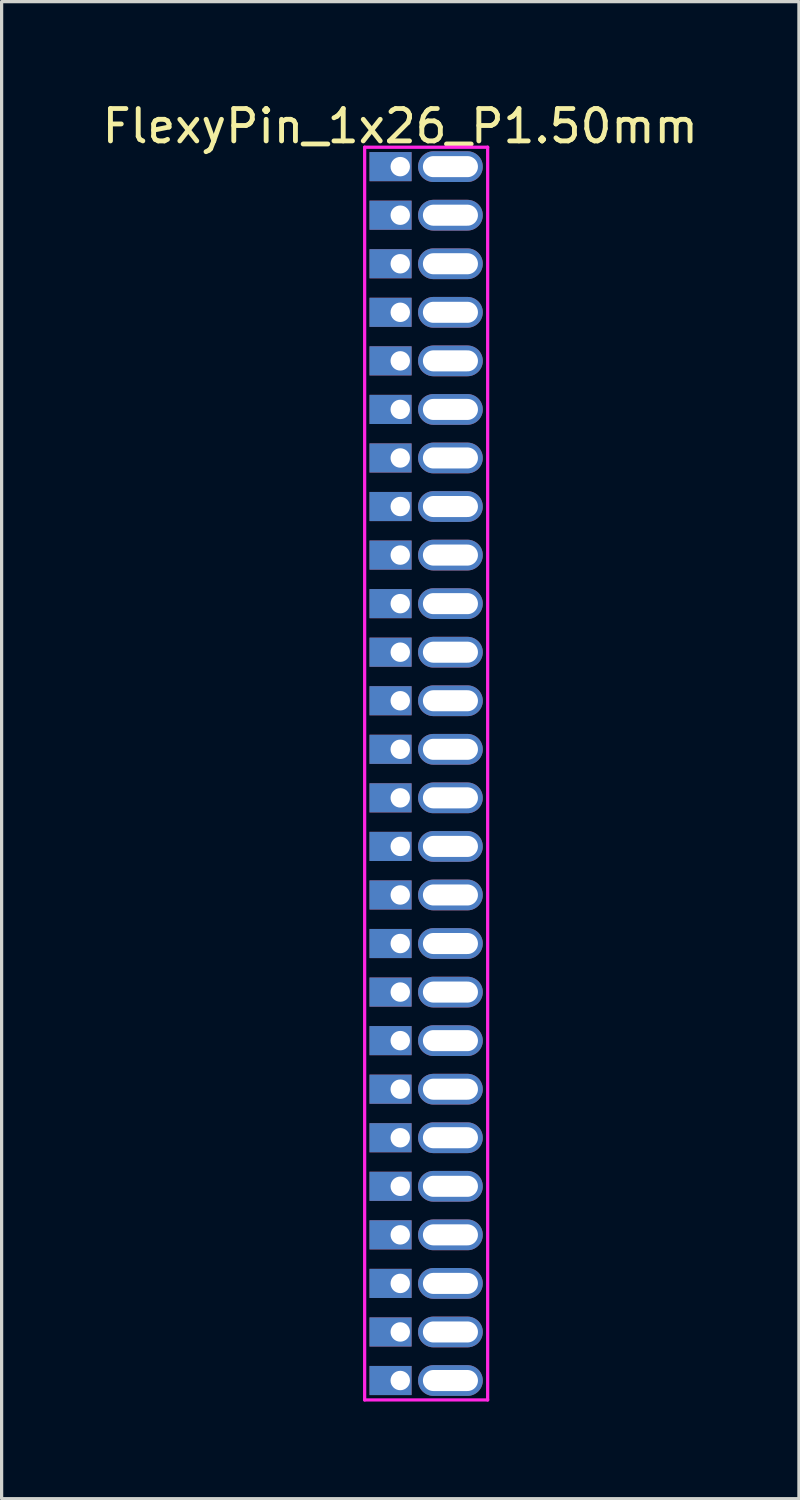
<source format=kicad_pcb>
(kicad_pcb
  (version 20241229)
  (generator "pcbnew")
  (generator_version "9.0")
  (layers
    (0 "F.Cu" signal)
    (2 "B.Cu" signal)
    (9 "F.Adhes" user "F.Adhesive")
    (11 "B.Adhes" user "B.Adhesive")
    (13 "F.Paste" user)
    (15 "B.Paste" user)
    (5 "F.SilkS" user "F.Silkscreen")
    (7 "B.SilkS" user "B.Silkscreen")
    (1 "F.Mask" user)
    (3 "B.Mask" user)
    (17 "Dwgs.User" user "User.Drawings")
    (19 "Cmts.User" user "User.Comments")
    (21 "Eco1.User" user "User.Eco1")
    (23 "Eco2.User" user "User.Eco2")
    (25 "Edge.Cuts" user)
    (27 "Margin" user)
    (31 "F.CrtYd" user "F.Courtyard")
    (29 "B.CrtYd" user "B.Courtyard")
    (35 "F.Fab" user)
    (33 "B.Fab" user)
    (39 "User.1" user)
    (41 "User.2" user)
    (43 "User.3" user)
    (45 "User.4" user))
  (footprint "FlexyPin_1x26_P1.50mm"
    (layer "F.Cu")
    (at 9.315 2.098)
    (property "Reference" "FlexyPin_1x26_P1.50mm" (at 0 -1.25 0) (layer "F.SilkS") (effects (font (size 1 1) (thickness 0.15))))
    (attr through_hole)
    (fp_line (start -1.1 -0.6) (end 2.7 -0.6) (stroke (width 0.1) (type solid)) (layer "F.CrtYd"))
    (fp_line (start -1.1 38.1) (end -1.1 -0.6) (stroke (width 0.1) (type solid)) (layer "F.CrtYd"))
    (fp_line (start 2.7 -0.6) (end 2.7 38.1) (stroke (width 0.1) (type solid)) (layer "F.CrtYd"))
    (fp_line (start 2.7 38.1) (end -1.1 38.1) (stroke (width 0.1) (type solid)) (layer "F.CrtYd"))
    (pad "" thru_hole oval (at 1.55 0) (size 2 0.95) (drill oval 1.7 0.65) (layers "*.Cu" "*.Mask"))
    (pad "" thru_hole oval (at 1.55 1.5) (size 2 0.95) (drill oval 1.7 0.65) (layers "*.Cu" "*.Mask"))
    (pad "" thru_hole oval (at 1.55 3) (size 2 0.95) (drill oval 1.7 0.65) (layers "*.Cu" "*.Mask"))
    (pad "" thru_hole oval (at 1.55 4.5) (size 2 0.95) (drill oval 1.7 0.65) (layers "*.Cu" "*.Mask"))
    (pad "" thru_hole oval (at 1.55 6) (size 2 0.95) (drill oval 1.7 0.65) (layers "*.Cu" "*.Mask"))
    (pad "" thru_hole oval (at 1.55 7.5) (size 2 0.95) (drill oval 1.7 0.65) (layers "*.Cu" "*.Mask"))
    (pad "" thru_hole oval (at 1.55 9) (size 2 0.95) (drill oval 1.7 0.65) (layers "*.Cu" "*.Mask"))
    (pad "" thru_hole oval (at 1.55 10.5) (size 2 0.95) (drill oval 1.7 0.65) (layers "*.Cu" "*.Mask"))
    (pad "" thru_hole oval (at 1.55 12) (size 2 0.95) (drill oval 1.7 0.65) (layers "*.Cu" "*.Mask"))
    (pad "" thru_hole oval (at 1.55 13.5) (size 2 0.95) (drill oval 1.7 0.65) (layers "*.Cu" "*.Mask"))
    (pad "" thru_hole oval (at 1.55 15) (size 2 0.95) (drill oval 1.7 0.65) (layers "*.Cu" "*.Mask"))
    (pad "" thru_hole oval (at 1.55 16.5) (size 2 0.95) (drill oval 1.7 0.65) (layers "*.Cu" "*.Mask"))
    (pad "" thru_hole oval (at 1.55 18) (size 2 0.95) (drill oval 1.7 0.65) (layers "*.Cu" "*.Mask"))
    (pad "" thru_hole oval (at 1.55 19.5) (size 2 0.95) (drill oval 1.7 0.65) (layers "*.Cu" "*.Mask"))
    (pad "" thru_hole oval (at 1.55 21) (size 2 0.95) (drill oval 1.7 0.65) (layers "*.Cu" "*.Mask"))
    (pad "" thru_hole oval (at 1.55 22.5) (size 2 0.95) (drill oval 1.7 0.65) (layers "*.Cu" "*.Mask"))
    (pad "" thru_hole oval (at 1.55 24) (size 2 0.95) (drill oval 1.7 0.65) (layers "*.Cu" "*.Mask"))
    (pad "" thru_hole oval (at 1.55 25.5) (size 2 0.95) (drill oval 1.7 0.65) (layers "*.Cu" "*.Mask"))
    (pad "" thru_hole oval (at 1.55 27) (size 2 0.95) (drill oval 1.7 0.65) (layers "*.Cu" "*.Mask"))
    (pad "" thru_hole oval (at 1.55 28.5) (size 2 0.95) (drill oval 1.7 0.65) (layers "*.Cu" "*.Mask"))
    (pad "" thru_hole oval (at 1.55 30) (size 2 0.95) (drill oval 1.7 0.65) (layers "*.Cu" "*.Mask"))
    (pad "" thru_hole oval (at 1.55 31.5) (size 2 0.95) (drill oval 1.7 0.65) (layers "*.Cu" "*.Mask"))
    (pad "" thru_hole oval (at 1.55 33) (size 2 0.95) (drill oval 1.7 0.65) (layers "*.Cu" "*.Mask"))
    (pad "" thru_hole oval (at 1.55 34.5) (size 2 0.95) (drill oval 1.7 0.65) (layers "*.Cu" "*.Mask"))
    (pad "" thru_hole oval (at 1.55 36) (size 2 0.95) (drill oval 1.7 0.65) (layers "*.Cu" "*.Mask"))
    (pad "" thru_hole oval (at 1.55 37.5) (size 2 0.95) (drill oval 1.7 0.65) (layers "*.Cu" "*.Mask"))
    (pad "1" thru_hole rect (at 0 0) (size 1.3 0.9) (drill 0.6 (offset -0.3 0)) (layers "*.Cu" "*.Mask"))
    (pad "2" thru_hole rect (at 0 1.5) (size 1.3 0.9) (drill 0.6 (offset -0.3 0)) (layers "*.Cu" "*.Mask"))
    (pad "3" thru_hole rect (at 0 3) (size 1.3 0.9) (drill 0.6 (offset -0.3 0)) (layers "*.Cu" "*.Mask"))
    (pad "4" thru_hole rect (at 0 4.5) (size 1.3 0.9) (drill 0.6 (offset -0.3 0)) (layers "*.Cu" "*.Mask"))
    (pad "5" thru_hole rect (at 0 6) (size 1.3 0.9) (drill 0.6 (offset -0.3 0)) (layers "*.Cu" "*.Mask"))
    (pad "6" thru_hole rect (at 0 7.5) (size 1.3 0.9) (drill 0.6 (offset -0.3 0)) (layers "*.Cu" "*.Mask"))
    (pad "7" thru_hole rect (at 0 9) (size 1.3 0.9) (drill 0.6 (offset -0.3 0)) (layers "*.Cu" "*.Mask"))
    (pad "8" thru_hole rect (at 0 10.5) (size 1.3 0.9) (drill 0.6 (offset -0.3 0)) (layers "*.Cu" "*.Mask"))
    (pad "9" thru_hole rect (at 0 12) (size 1.3 0.9) (drill 0.6 (offset -0.3 0)) (layers "*.Cu" "*.Mask"))
    (pad "10" thru_hole rect (at 0 13.5) (size 1.3 0.9) (drill 0.6 (offset -0.3 0)) (layers "*.Cu" "*.Mask"))
    (pad "11" thru_hole rect (at 0 15) (size 1.3 0.9) (drill 0.6 (offset -0.3 0)) (layers "*.Cu" "*.Mask"))
    (pad "12" thru_hole rect (at 0 16.5) (size 1.3 0.9) (drill 0.6 (offset -0.3 0)) (layers "*.Cu" "*.Mask"))
    (pad "13" thru_hole rect (at 0 18) (size 1.3 0.9) (drill 0.6 (offset -0.3 0)) (layers "*.Cu" "*.Mask"))
    (pad "14" thru_hole rect (at 0 19.5) (size 1.3 0.9) (drill 0.6 (offset -0.3 0)) (layers "*.Cu" "*.Mask"))
    (pad "15" thru_hole rect (at 0 21) (size 1.3 0.9) (drill 0.6 (offset -0.3 0)) (layers "*.Cu" "*.Mask"))
    (pad "16" thru_hole rect (at 0 22.5) (size 1.3 0.9) (drill 0.6 (offset -0.3 0)) (layers "*.Cu" "*.Mask"))
    (pad "17" thru_hole rect (at 0 24) (size 1.3 0.9) (drill 0.6 (offset -0.3 0)) (layers "*.Cu" "*.Mask"))
    (pad "18" thru_hole rect (at 0 25.5) (size 1.3 0.9) (drill 0.6 (offset -0.3 0)) (layers "*.Cu" "*.Mask"))
    (pad "19" thru_hole rect (at 0 27) (size 1.3 0.9) (drill 0.6 (offset -0.3 0)) (layers "*.Cu" "*.Mask"))
    (pad "20" thru_hole rect (at 0 28.5) (size 1.3 0.9) (drill 0.6 (offset -0.3 0)) (layers "*.Cu" "*.Mask"))
    (pad "21" thru_hole rect (at 0 30) (size 1.3 0.9) (drill 0.6 (offset -0.3 0)) (layers "*.Cu" "*.Mask"))
    (pad "22" thru_hole rect (at 0 31.5) (size 1.3 0.9) (drill 0.6 (offset -0.3 0)) (layers "*.Cu" "*.Mask"))
    (pad "23" thru_hole rect (at 0 33) (size 1.3 0.9) (drill 0.6 (offset -0.3 0)) (layers "*.Cu" "*.Mask"))
    (pad "24" thru_hole rect (at 0 34.5) (size 1.3 0.9) (drill 0.6 (offset -0.3 0)) (layers "*.Cu" "*.Mask"))
    (pad "25" thru_hole rect (at 0 36) (size 1.3 0.9) (drill 0.6 (offset -0.3 0)) (layers "*.Cu" "*.Mask"))
    (pad "26" thru_hole rect (at 0 37.5) (size 1.3 0.9) (drill 0.6 (offset -0.3 0)) (layers "*.Cu" "*.Mask")))
  (gr_rect
    (start -3 -3)
    (end 21.631 43.248)
    (stroke (width 0.1) (type default))
    (fill no)
    (layer "Edge.Cuts")))
</source>
